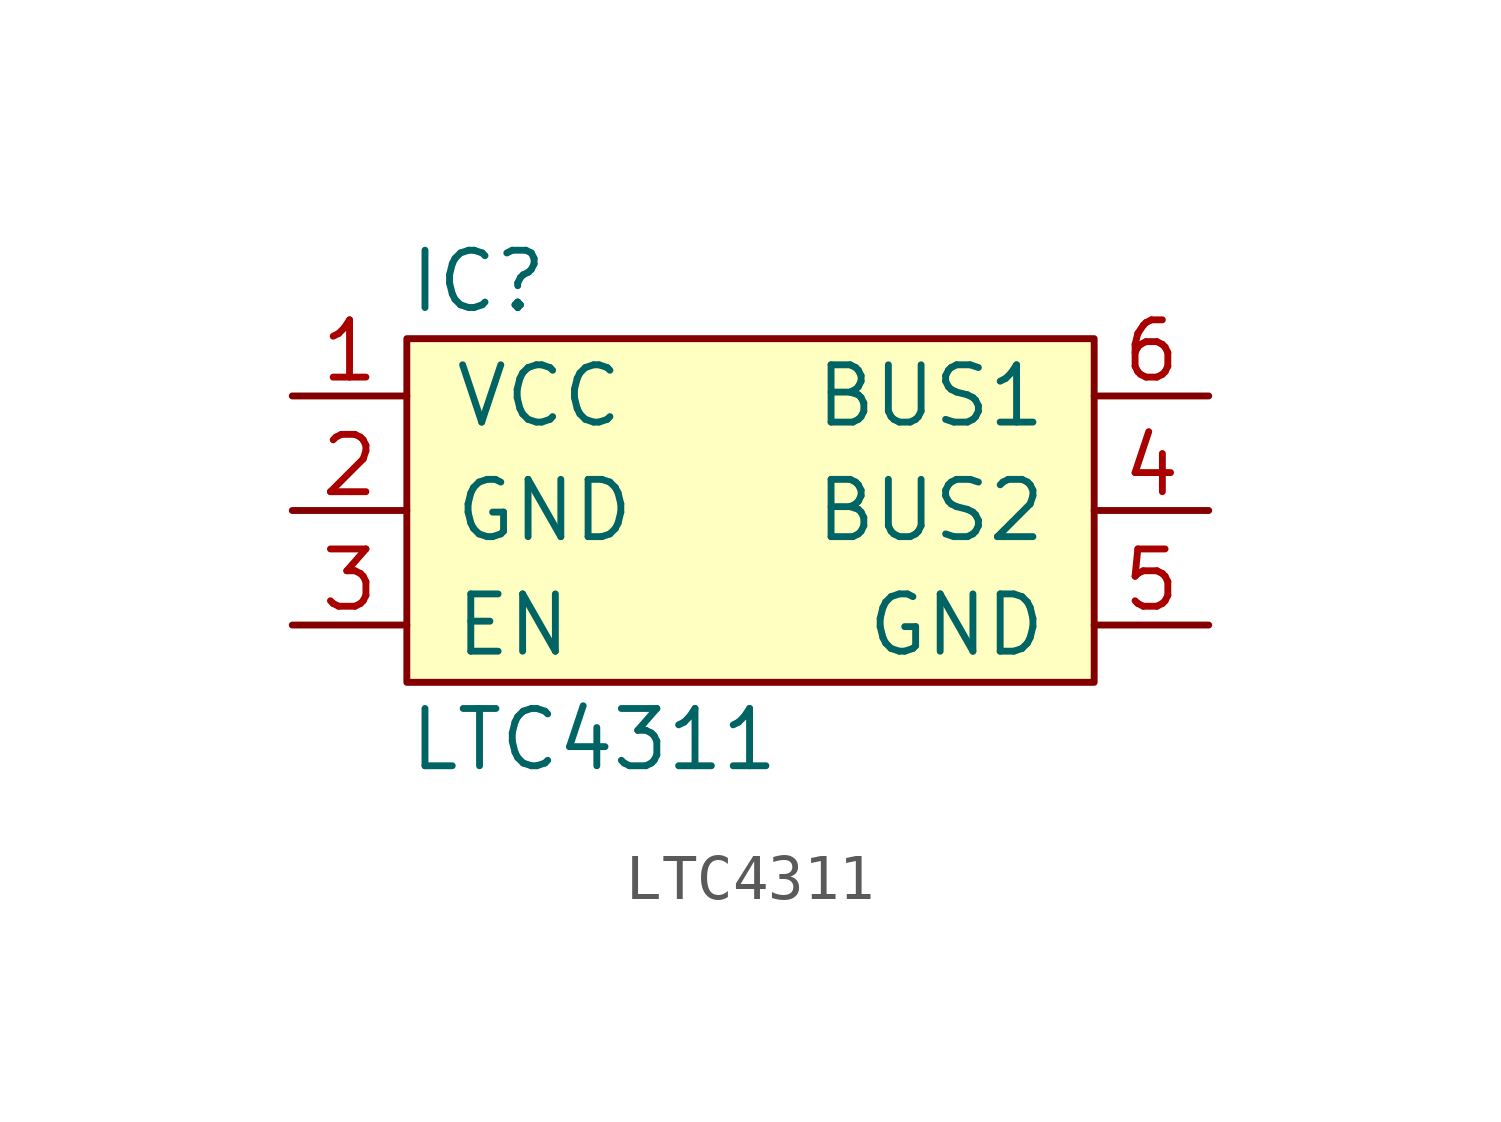
<source format=kicad_sym>
(kicad_symbol_lib
  (version 20211014)
  (generator agg_kicad.build_lib_ic)
  (symbol "LTC4311"
    (pin_names
      (offset 1.016))
    (property Reference IC
      (at -7.62 5.08 0)
      (effects (font (size 1.27 1.27)) (justify left)))
    (property Value "LTC4311"
      (at -7.62 -5.08 0)
      (effects (font (size 1.27 1.27)) (justify left)))
    (symbol "LTC4311_0_0"
      (rectangle (start -7.62 3.81) (end 7.62 -3.81) (stroke (width 0) (type default) (color 0 0 0 0)) (fill (type background)))
      (pin power_in line (at -10.16 2.54 0) (length 2.54) (name VCC (effects (font (size 1.27 1.27)))) (number "1" (effects (font (size 1.27 1.27)))))
      (pin power_in line (at -10.16 0 0) (length 2.54) (name GND (effects (font (size 1.27 1.27)))) (number "2" (effects (font (size 1.27 1.27)))))
      (pin input line (at -10.16 -2.54 0) (length 2.54) (name EN (effects (font (size 1.27 1.27)))) (number "3" (effects (font (size 1.27 1.27)))))
      (pin tri_state line (at 10.16 2.54 180) (length 2.54) (name "BUS1" (effects (font (size 1.27 1.27)))) (number "6" (effects (font (size 1.27 1.27)))))
      (pin tri_state line (at 10.16 0 180) (length 2.54) (name "BUS2" (effects (font (size 1.27 1.27)))) (number "4" (effects (font (size 1.27 1.27)))))
      (pin power_in line (at 10.16 -2.54 180) (length 2.54) (name GND (effects (font (size 1.27 1.27)))) (number "5" (effects (font (size 1.27 1.27))))))))
</source>
